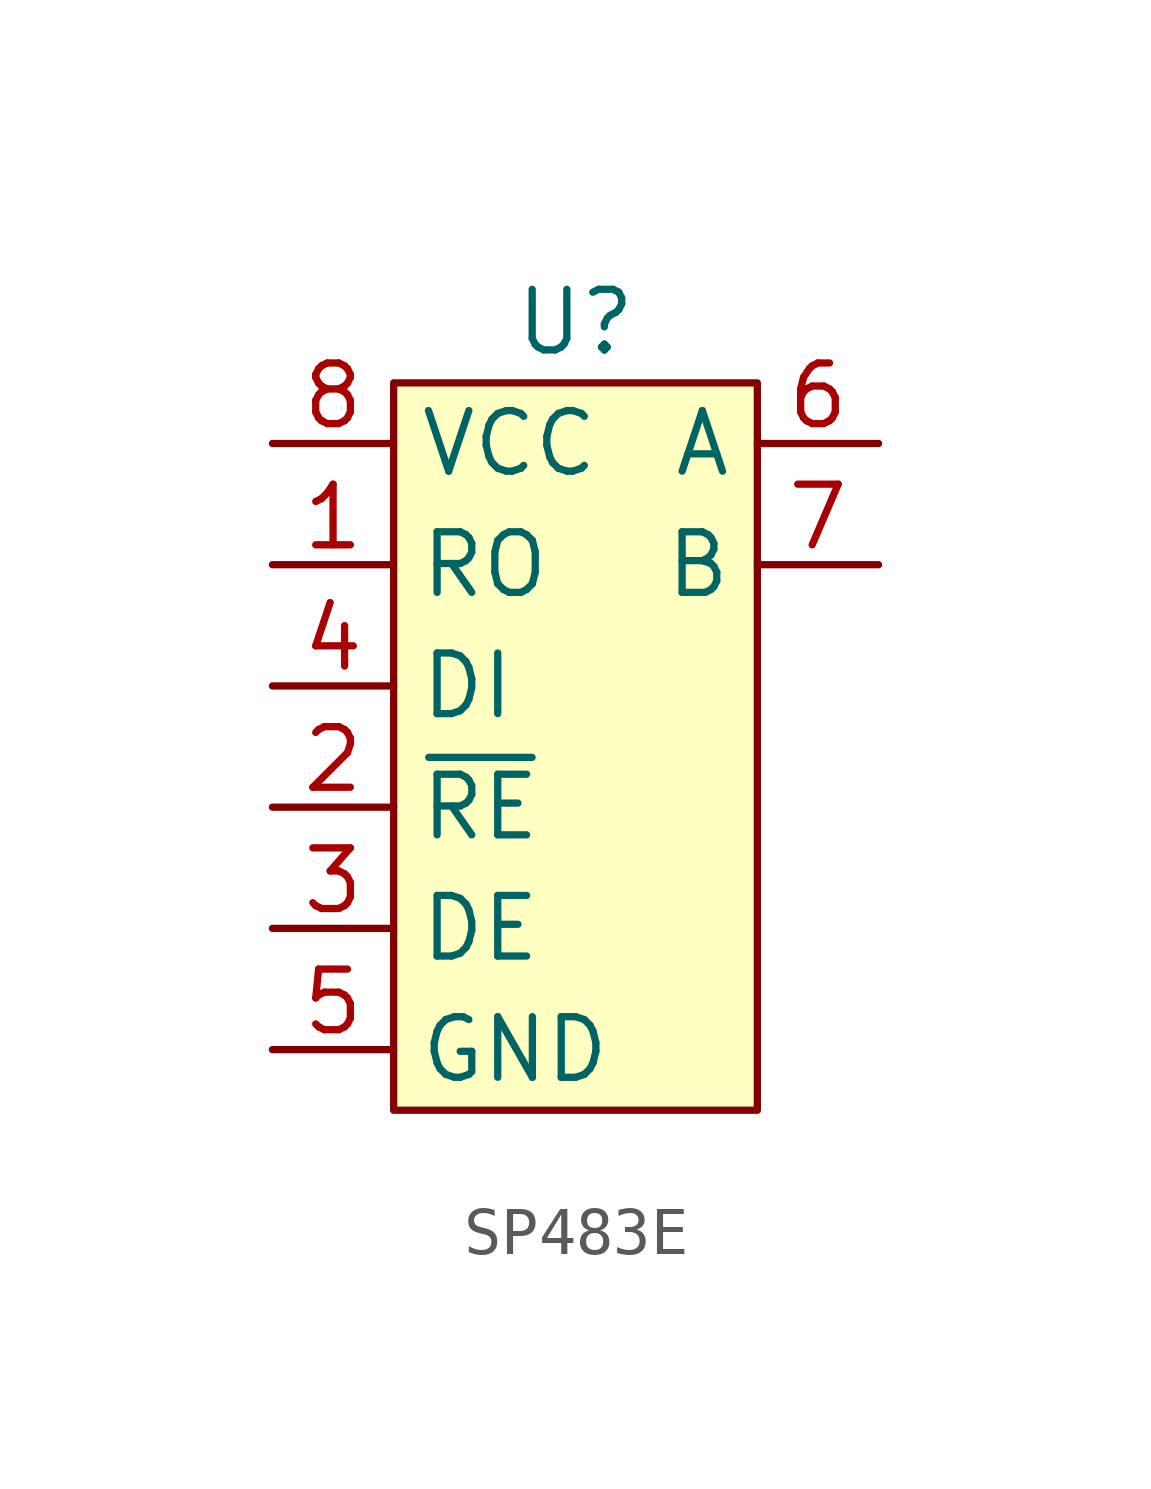
<source format=kicad_sym>
(kicad_symbol_lib
  (version 20231120)
  (generator "kicad_symbol_editor")
  (generator_version "8.0")
  (symbol "SP483E"
    (property "Reference" "U"
      (at 0 8.89 0)
      (effects (font (size 1.27 1.27))))
    (property "Value" ""
      (at -2.54 -3.81 0)
      (effects (font (size 1.27 1.27))))
    (symbol "SP483E_0_1"
      (rectangle (start -3.81 7.62) (end 3.81 -7.62) (stroke (width 0) (type default)) (fill (type background))))
    (symbol "SP483E_1_1"
      (pin output line (at -6.35 3.81 0) (length 2.54) (name "RO" (effects (font (size 1.27 1.27)))) (number "1" (effects (font (size 1.27 1.27)))))
      (pin input line (at -6.35 -1.27 0) (length 2.54) (name "~{RE}" (effects (font (size 1.27 1.27)))) (number "2" (effects (font (size 1.27 1.27)))))
      (pin input line (at -6.35 -3.81 0) (length 2.54) (name "DE" (effects (font (size 1.27 1.27)))) (number "3" (effects (font (size 1.27 1.27)))))
      (pin input line (at -6.35 1.27 0) (length 2.54) (name "DI" (effects (font (size 1.27 1.27)))) (number "4" (effects (font (size 1.27 1.27)))))
      (pin power_in line (at -6.35 -6.35 0) (length 2.54) (name "GND" (effects (font (size 1.27 1.27)))) (number "5" (effects (font (size 1.27 1.27)))))
      (pin bidirectional line (at 6.35 6.35 180) (length 2.54) (name "A" (effects (font (size 1.27 1.27)))) (number "6" (effects (font (size 1.27 1.27)))))
      (pin bidirectional line (at 6.35 3.81 180) (length 2.54) (name "B" (effects (font (size 1.27 1.27)))) (number "7" (effects (font (size 1.27 1.27)))))
      (pin power_in line (at -6.35 6.35 0) (length 2.54) (name "VCC" (effects (font (size 1.27 1.27)))) (number "8" (effects (font (size 1.27 1.27))))))))
</source>
